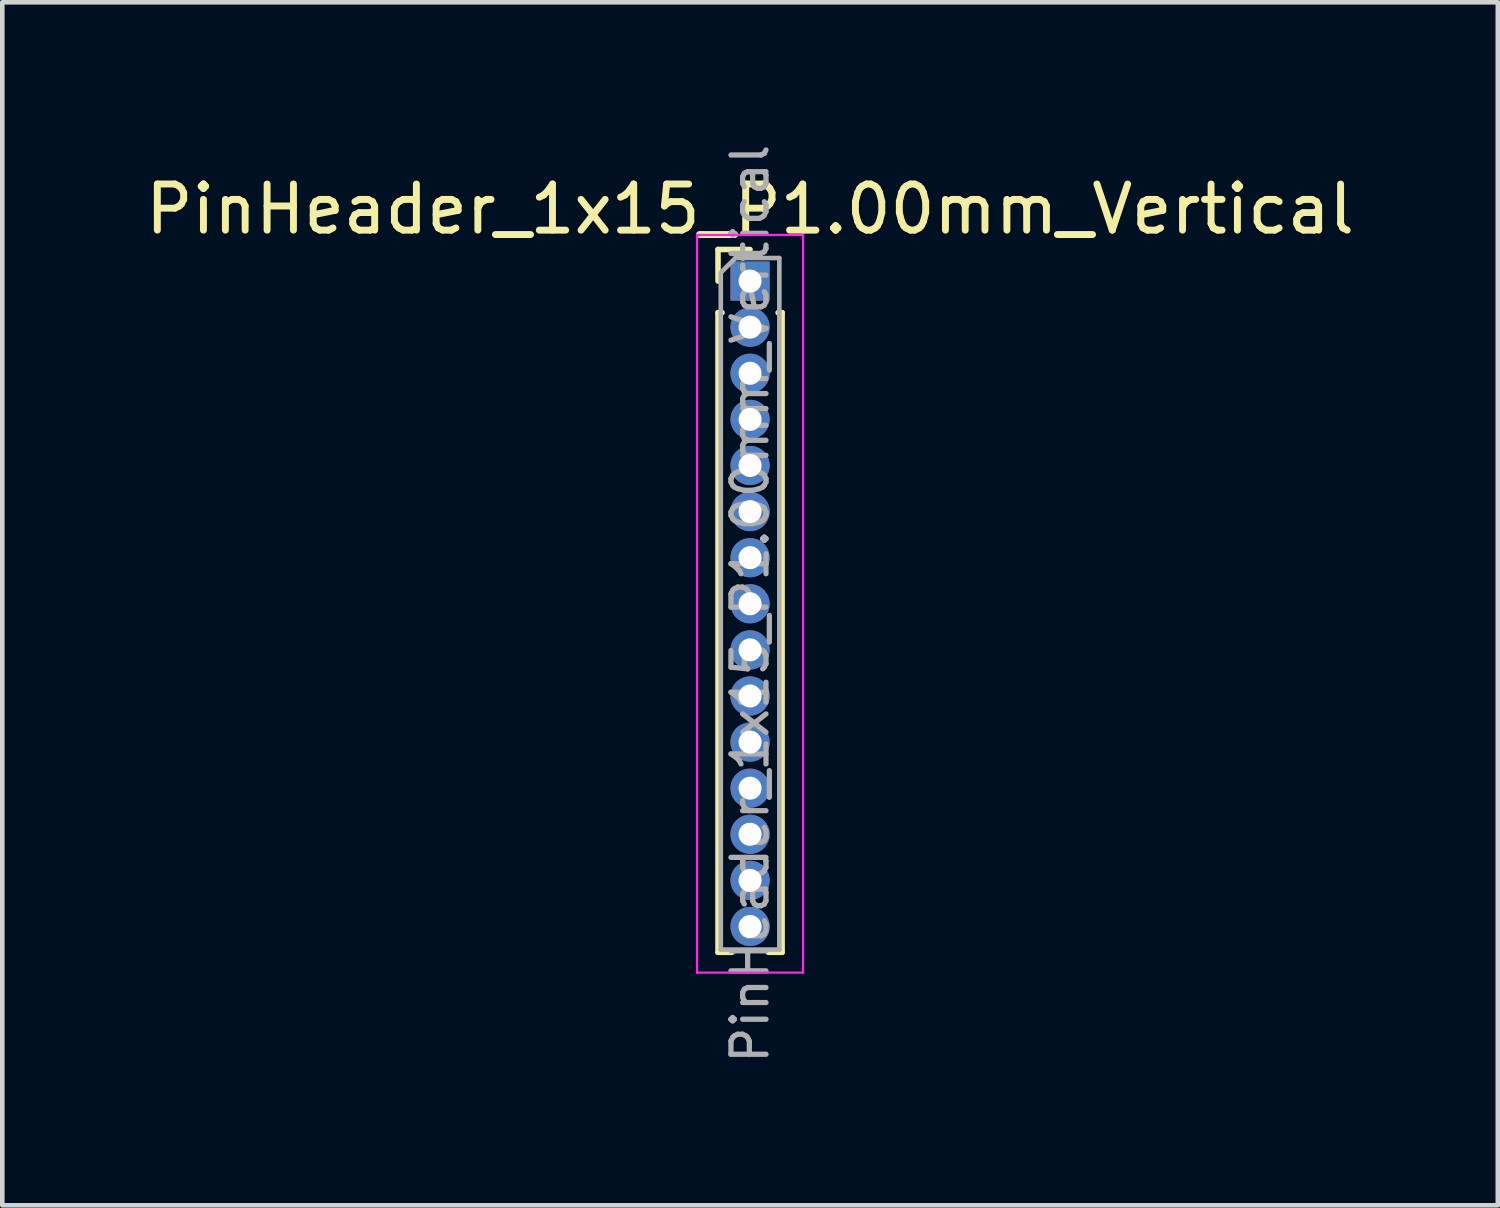
<source format=kicad_pcb>
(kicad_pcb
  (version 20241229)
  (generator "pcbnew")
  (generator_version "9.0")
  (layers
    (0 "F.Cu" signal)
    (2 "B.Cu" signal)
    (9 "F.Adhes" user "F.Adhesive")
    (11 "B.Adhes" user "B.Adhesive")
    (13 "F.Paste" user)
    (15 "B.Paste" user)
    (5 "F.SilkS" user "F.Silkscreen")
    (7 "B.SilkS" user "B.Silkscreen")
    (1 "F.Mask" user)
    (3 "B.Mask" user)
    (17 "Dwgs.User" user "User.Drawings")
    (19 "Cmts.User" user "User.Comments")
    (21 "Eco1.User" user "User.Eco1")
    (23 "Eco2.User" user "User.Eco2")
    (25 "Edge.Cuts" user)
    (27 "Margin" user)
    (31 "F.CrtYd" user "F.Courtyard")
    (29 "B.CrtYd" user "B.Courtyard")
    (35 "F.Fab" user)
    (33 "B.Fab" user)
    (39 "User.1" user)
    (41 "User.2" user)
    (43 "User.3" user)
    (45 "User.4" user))
  (footprint "PinHeader_1x15_P1.00mm_Vertical"
    (layer "F.Cu")
    (at 13.22 3.047)
    (property "Reference" "PinHeader_1x15_P1.00mm_Vertical" (at 0 -1.56 0) (layer "F.SilkS") (effects (font (size 1 1) (thickness 0.15))))
    (attr through_hole)
    (fp_line (start -0.695 -0.685) (end 0 -0.685) (stroke (width 0.12) (type solid)) (layer "F.SilkS"))
    (fp_line (start -0.695 0) (end -0.695 -0.685) (stroke (width 0.12) (type solid)) (layer "F.SilkS"))
    (fp_line (start -0.695 0.685) (end -0.695 14.56) (stroke (width 0.12) (type solid)) (layer "F.SilkS"))
    (fp_line (start -0.695 0.685) (end -0.608 0.685) (stroke (width 0.12) (type solid)) (layer "F.SilkS"))
    (fp_line (start -0.695 14.56) (end -0.394 14.56) (stroke (width 0.12) (type solid)) (layer "F.SilkS"))
    (fp_line (start 0.394 14.56) (end 0.695 14.56) (stroke (width 0.12) (type solid)) (layer "F.SilkS"))
    (fp_line (start 0.608 0.685) (end 0.695 0.685) (stroke (width 0.12) (type solid)) (layer "F.SilkS"))
    (fp_line (start 0.695 0.685) (end 0.695 14.56) (stroke (width 0.12) (type solid)) (layer "F.SilkS"))
    (fp_line (start -1.15 -1) (end -1.15 15) (stroke (width 0.05) (type solid)) (layer "F.CrtYd"))
    (fp_line (start -1.15 15) (end 1.15 15) (stroke (width 0.05) (type solid)) (layer "F.CrtYd"))
    (fp_line (start 1.15 -1) (end -1.15 -1) (stroke (width 0.05) (type solid)) (layer "F.CrtYd"))
    (fp_line (start 1.15 15) (end 1.15 -1) (stroke (width 0.05) (type solid)) (layer "F.CrtYd"))
    (fp_line (start -0.635 -0.182) (end -0.318 -0.5) (stroke (width 0.1) (type solid)) (layer "F.Fab"))
    (fp_line (start -0.635 14.5) (end -0.635 -0.182) (stroke (width 0.1) (type solid)) (layer "F.Fab"))
    (fp_line (start -0.318 -0.5) (end 0.635 -0.5) (stroke (width 0.1) (type solid)) (layer "F.Fab"))
    (fp_line (start 0.635 -0.5) (end 0.635 14.5) (stroke (width 0.1) (type solid)) (layer "F.Fab"))
    (fp_line (start 0.635 14.5) (end -0.635 14.5) (stroke (width 0.1) (type solid)) (layer "F.Fab"))
    (fp_text user "${REFERENCE}" (at 0 7 90) (layer "F.Fab") (effects (font (size 0.76 0.76) (thickness 0.114))))
    (pad "1" thru_hole rect (at 0 0) (size 0.85 0.85) (drill 0.5) (layers "*.Cu" "*.Mask"))
    (pad "2" thru_hole oval (at 0 1) (size 0.85 0.85) (drill 0.5) (layers "*.Cu" "*.Mask"))
    (pad "3" thru_hole oval (at 0 2) (size 0.85 0.85) (drill 0.5) (layers "*.Cu" "*.Mask"))
    (pad "4" thru_hole oval (at 0 3) (size 0.85 0.85) (drill 0.5) (layers "*.Cu" "*.Mask"))
    (pad "5" thru_hole oval (at 0 4) (size 0.85 0.85) (drill 0.5) (layers "*.Cu" "*.Mask"))
    (pad "6" thru_hole oval (at 0 5) (size 0.85 0.85) (drill 0.5) (layers "*.Cu" "*.Mask"))
    (pad "7" thru_hole oval (at 0 6) (size 0.85 0.85) (drill 0.5) (layers "*.Cu" "*.Mask"))
    (pad "8" thru_hole oval (at 0 7) (size 0.85 0.85) (drill 0.5) (layers "*.Cu" "*.Mask"))
    (pad "9" thru_hole oval (at 0 8) (size 0.85 0.85) (drill 0.5) (layers "*.Cu" "*.Mask"))
    (pad "10" thru_hole oval (at 0 9) (size 0.85 0.85) (drill 0.5) (layers "*.Cu" "*.Mask"))
    (pad "11" thru_hole oval (at 0 10) (size 0.85 0.85) (drill 0.5) (layers "*.Cu" "*.Mask"))
    (pad "12" thru_hole oval (at 0 11) (size 0.85 0.85) (drill 0.5) (layers "*.Cu" "*.Mask"))
    (pad "13" thru_hole oval (at 0 12) (size 0.85 0.85) (drill 0.5) (layers "*.Cu" "*.Mask"))
    (pad "14" thru_hole oval (at 0 13) (size 0.85 0.85) (drill 0.5) (layers "*.Cu" "*.Mask"))
    (pad "15" thru_hole oval (at 0 14) (size 0.85 0.85) (drill 0.5) (layers "*.Cu" "*.Mask")))
  (gr_rect
    (start -3 -3)
    (end 29.44 23.095)
    (stroke (width 0.1) (type default))
    (fill no)
    (layer "Edge.Cuts")))
</source>
